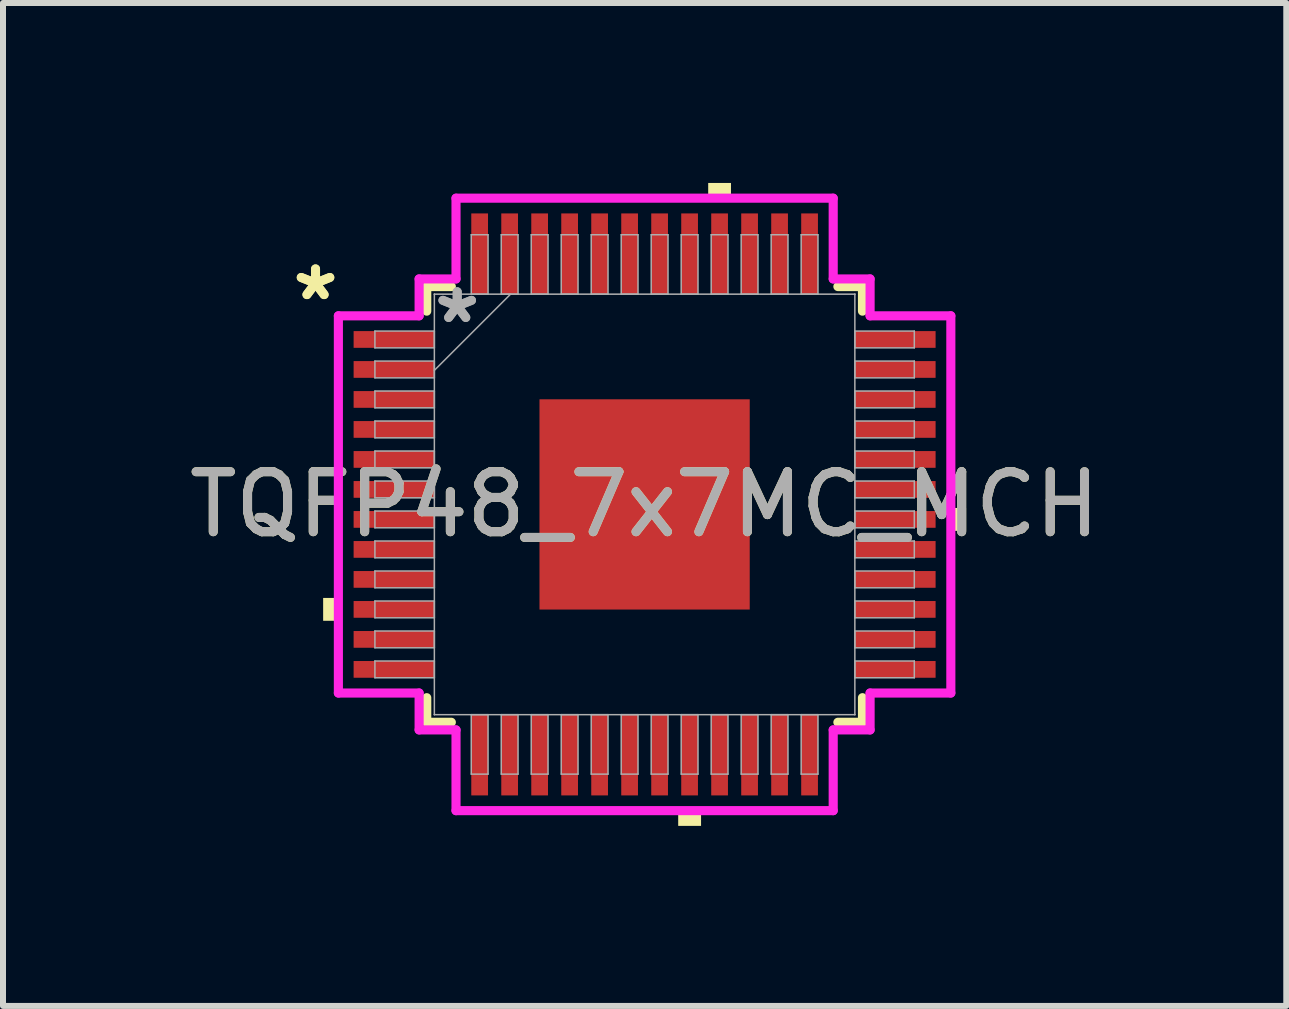
<source format=kicad_pcb>
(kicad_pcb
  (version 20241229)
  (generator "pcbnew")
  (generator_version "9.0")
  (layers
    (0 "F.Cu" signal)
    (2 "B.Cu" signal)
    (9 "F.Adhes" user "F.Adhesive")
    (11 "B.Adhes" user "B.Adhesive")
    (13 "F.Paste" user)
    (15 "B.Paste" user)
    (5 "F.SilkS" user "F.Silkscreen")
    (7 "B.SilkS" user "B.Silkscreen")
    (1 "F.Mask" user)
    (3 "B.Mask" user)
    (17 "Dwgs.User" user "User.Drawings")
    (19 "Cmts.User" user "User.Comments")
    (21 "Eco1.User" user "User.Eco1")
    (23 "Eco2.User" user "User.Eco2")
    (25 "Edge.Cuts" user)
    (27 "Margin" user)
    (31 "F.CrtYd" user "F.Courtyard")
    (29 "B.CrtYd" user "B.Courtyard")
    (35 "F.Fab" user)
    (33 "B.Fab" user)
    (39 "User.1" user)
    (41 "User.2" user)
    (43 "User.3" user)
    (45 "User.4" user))
  (footprint "TQFP48_7x7MC_MCH"
    (layer "F.Cu")
    (at 7.696 5.359)
    (property "Reference" "TQFP48_7x7MC_MCH" (at 0 0 0) (unlocked yes) (layer "F.SilkS") (effects (font (size 1 1) (thickness 0.15))))
    (attr smd)
    (fp_line (start -3.632 -3.632) (end -3.632 -3.222) (stroke (width 0.152) (type solid)) (layer "F.SilkS"))
    (fp_line (start -3.632 3.222) (end -3.632 3.632) (stroke (width 0.152) (type solid)) (layer "F.SilkS"))
    (fp_line (start -3.632 3.632) (end -3.222 3.632) (stroke (width 0.152) (type solid)) (layer "F.SilkS"))
    (fp_line (start -3.222 -3.632) (end -3.632 -3.632) (stroke (width 0.152) (type solid)) (layer "F.SilkS"))
    (fp_line (start 3.222 3.632) (end 3.632 3.632) (stroke (width 0.152) (type solid)) (layer "F.SilkS"))
    (fp_line (start 3.632 -3.632) (end 3.222 -3.632) (stroke (width 0.152) (type solid)) (layer "F.SilkS"))
    (fp_line (start 3.632 -3.222) (end 3.632 -3.632) (stroke (width 0.152) (type solid)) (layer "F.SilkS"))
    (fp_line (start 3.632 3.632) (end 3.632 3.222) (stroke (width 0.152) (type solid)) (layer "F.SilkS"))
    (fp_poly (pts (xy -5.359 1.559) (xy -5.359 1.94) (xy -5.105 1.94) (xy -5.105 1.559)) (stroke (width 0) (type solid)) (fill yes) (layer "F.SilkS"))
    (fp_poly (pts (xy 0.56 5.105) (xy 0.56 5.359) (xy 0.941 5.359) (xy 0.941 5.105)) (stroke (width 0) (type solid)) (fill yes) (layer "F.SilkS"))
    (fp_poly (pts (xy 1.06 -5.105) (xy 1.06 -5.359) (xy 1.44 -5.359) (xy 1.44 -5.105)) (stroke (width 0) (type solid)) (fill yes) (layer "F.SilkS"))
    (fp_poly (pts (xy 5.359 0.059) (xy 5.359 0.441) (xy 5.105 0.441) (xy 5.105 0.059)) (stroke (width 0) (type solid)) (fill yes) (layer "F.SilkS"))
    (fp_poly (pts (xy -1.653 -1.653) (xy -1.653 -0.1) (xy -0.1 -0.1) (xy -0.1 -1.653)) (stroke (width 0) (type solid)) (fill yes) (layer "F.Paste"))
    (fp_poly (pts (xy -1.653 0.1) (xy -1.653 1.653) (xy -0.1 1.653) (xy -0.1 0.1)) (stroke (width 0) (type solid)) (fill yes) (layer "F.Paste"))
    (fp_poly (pts (xy 0.1 -1.653) (xy 0.1 -0.1) (xy 1.653 -0.1) (xy 1.653 -1.653)) (stroke (width 0) (type solid)) (fill yes) (layer "F.Paste"))
    (fp_poly (pts (xy 0.1 0.1) (xy 0.1 1.653) (xy 1.653 1.653) (xy 1.653 0.1)) (stroke (width 0) (type solid)) (fill yes) (layer "F.Paste"))
    (fp_line (start -5.105 -3.144) (end -3.759 -3.144) (stroke (width 0.152) (type solid)) (layer "F.CrtYd"))
    (fp_line (start -5.105 3.144) (end -5.105 -3.144) (stroke (width 0.152) (type solid)) (layer "F.CrtYd"))
    (fp_line (start -3.759 -3.759) (end -3.144 -3.759) (stroke (width 0.152) (type solid)) (layer "F.CrtYd"))
    (fp_line (start -3.759 -3.144) (end -3.759 -3.759) (stroke (width 0.152) (type solid)) (layer "F.CrtYd"))
    (fp_line (start -3.759 3.144) (end -5.105 3.144) (stroke (width 0.152) (type solid)) (layer "F.CrtYd"))
    (fp_line (start -3.759 3.759) (end -3.759 3.144) (stroke (width 0.152) (type solid)) (layer "F.CrtYd"))
    (fp_line (start -3.759 3.759) (end -3.144 3.759) (stroke (width 0.152) (type solid)) (layer "F.CrtYd"))
    (fp_line (start -3.144 -5.105) (end 3.144 -5.105) (stroke (width 0.152) (type solid)) (layer "F.CrtYd"))
    (fp_line (start -3.144 -3.759) (end -3.144 -5.105) (stroke (width 0.152) (type solid)) (layer "F.CrtYd"))
    (fp_line (start -3.144 3.759) (end -3.144 5.105) (stroke (width 0.152) (type solid)) (layer "F.CrtYd"))
    (fp_line (start -3.144 5.105) (end 3.144 5.105) (stroke (width 0.152) (type solid)) (layer "F.CrtYd"))
    (fp_line (start 3.144 -5.105) (end 3.144 -3.759) (stroke (width 0.152) (type solid)) (layer "F.CrtYd"))
    (fp_line (start 3.144 -3.759) (end 3.759 -3.759) (stroke (width 0.152) (type solid)) (layer "F.CrtYd"))
    (fp_line (start 3.144 3.759) (end 3.759 3.759) (stroke (width 0.152) (type solid)) (layer "F.CrtYd"))
    (fp_line (start 3.144 5.105) (end 3.144 3.759) (stroke (width 0.152) (type solid)) (layer "F.CrtYd"))
    (fp_line (start 3.759 -3.144) (end 3.759 -3.759) (stroke (width 0.152) (type solid)) (layer "F.CrtYd"))
    (fp_line (start 3.759 3.144) (end 5.105 3.144) (stroke (width 0.152) (type solid)) (layer "F.CrtYd"))
    (fp_line (start 3.759 3.759) (end 3.759 3.144) (stroke (width 0.152) (type solid)) (layer "F.CrtYd"))
    (fp_line (start 5.105 -3.144) (end 3.759 -3.144) (stroke (width 0.152) (type solid)) (layer "F.CrtYd"))
    (fp_line (start 5.105 3.144) (end 5.105 -3.144) (stroke (width 0.152) (type solid)) (layer "F.CrtYd"))
    (fp_line (start -4.496 -2.89) (end -4.496 -2.61) (stroke (width 0.025) (type solid)) (layer "F.Fab"))
    (fp_line (start -4.496 -2.61) (end -3.505 -2.61) (stroke (width 0.025) (type solid)) (layer "F.Fab"))
    (fp_line (start -4.496 -2.39) (end -4.496 -2.11) (stroke (width 0.025) (type solid)) (layer "F.Fab"))
    (fp_line (start -4.496 -2.11) (end -3.505 -2.11) (stroke (width 0.025) (type solid)) (layer "F.Fab"))
    (fp_line (start -4.496 -1.89) (end -4.496 -1.61) (stroke (width 0.025) (type solid)) (layer "F.Fab"))
    (fp_line (start -4.496 -1.61) (end -3.505 -1.61) (stroke (width 0.025) (type solid)) (layer "F.Fab"))
    (fp_line (start -4.496 -1.39) (end -4.496 -1.11) (stroke (width 0.025) (type solid)) (layer "F.Fab"))
    (fp_line (start -4.496 -1.11) (end -3.505 -1.11) (stroke (width 0.025) (type solid)) (layer "F.Fab"))
    (fp_line (start -4.496 -0.89) (end -4.496 -0.61) (stroke (width 0.025) (type solid)) (layer "F.Fab"))
    (fp_line (start -4.496 -0.61) (end -3.505 -0.61) (stroke (width 0.025) (type solid)) (layer "F.Fab"))
    (fp_line (start -4.496 -0.39) (end -4.496 -0.11) (stroke (width 0.025) (type solid)) (layer "F.Fab"))
    (fp_line (start -4.496 -0.11) (end -3.505 -0.11) (stroke (width 0.025) (type solid)) (layer "F.Fab"))
    (fp_line (start -4.496 0.11) (end -4.496 0.39) (stroke (width 0.025) (type solid)) (layer "F.Fab"))
    (fp_line (start -4.496 0.39) (end -3.505 0.39) (stroke (width 0.025) (type solid)) (layer "F.Fab"))
    (fp_line (start -4.496 0.61) (end -4.496 0.89) (stroke (width 0.025) (type solid)) (layer "F.Fab"))
    (fp_line (start -4.496 0.89) (end -3.505 0.89) (stroke (width 0.025) (type solid)) (layer "F.Fab"))
    (fp_line (start -4.496 1.11) (end -4.496 1.39) (stroke (width 0.025) (type solid)) (layer "F.Fab"))
    (fp_line (start -4.496 1.39) (end -3.505 1.39) (stroke (width 0.025) (type solid)) (layer "F.Fab"))
    (fp_line (start -4.496 1.61) (end -4.496 1.89) (stroke (width 0.025) (type solid)) (layer "F.Fab"))
    (fp_line (start -4.496 1.89) (end -3.505 1.89) (stroke (width 0.025) (type solid)) (layer "F.Fab"))
    (fp_line (start -4.496 2.11) (end -4.496 2.39) (stroke (width 0.025) (type solid)) (layer "F.Fab"))
    (fp_line (start -4.496 2.39) (end -3.505 2.39) (stroke (width 0.025) (type solid)) (layer "F.Fab"))
    (fp_line (start -4.496 2.61) (end -4.496 2.89) (stroke (width 0.025) (type solid)) (layer "F.Fab"))
    (fp_line (start -4.496 2.89) (end -3.505 2.89) (stroke (width 0.025) (type solid)) (layer "F.Fab"))
    (fp_line (start -3.505 -3.505) (end -3.505 -3.505) (stroke (width 0.025) (type solid)) (layer "F.Fab"))
    (fp_line (start -3.505 -3.505) (end -3.505 3.505) (stroke (width 0.025) (type solid)) (layer "F.Fab"))
    (fp_line (start -3.505 -2.89) (end -4.496 -2.89) (stroke (width 0.025) (type solid)) (layer "F.Fab"))
    (fp_line (start -3.505 -2.61) (end -3.505 -2.89) (stroke (width 0.025) (type solid)) (layer "F.Fab"))
    (fp_line (start -3.505 -2.39) (end -4.496 -2.39) (stroke (width 0.025) (type solid)) (layer "F.Fab"))
    (fp_line (start -3.505 -2.235) (end -2.235 -3.505) (stroke (width 0.025) (type solid)) (layer "F.Fab"))
    (fp_line (start -3.505 -2.11) (end -3.505 -2.39) (stroke (width 0.025) (type solid)) (layer "F.Fab"))
    (fp_line (start -3.505 -1.89) (end -4.496 -1.89) (stroke (width 0.025) (type solid)) (layer "F.Fab"))
    (fp_line (start -3.505 -1.61) (end -3.505 -1.89) (stroke (width 0.025) (type solid)) (layer "F.Fab"))
    (fp_line (start -3.505 -1.39) (end -4.496 -1.39) (stroke (width 0.025) (type solid)) (layer "F.Fab"))
    (fp_line (start -3.505 -1.11) (end -3.505 -1.39) (stroke (width 0.025) (type solid)) (layer "F.Fab"))
    (fp_line (start -3.505 -0.89) (end -4.496 -0.89) (stroke (width 0.025) (type solid)) (layer "F.Fab"))
    (fp_line (start -3.505 -0.61) (end -3.505 -0.89) (stroke (width 0.025) (type solid)) (layer "F.Fab"))
    (fp_line (start -3.505 -0.39) (end -4.496 -0.39) (stroke (width 0.025) (type solid)) (layer "F.Fab"))
    (fp_line (start -3.505 -0.11) (end -3.505 -0.39) (stroke (width 0.025) (type solid)) (layer "F.Fab"))
    (fp_line (start -3.505 0.11) (end -4.496 0.11) (stroke (width 0.025) (type solid)) (layer "F.Fab"))
    (fp_line (start -3.505 0.39) (end -3.505 0.11) (stroke (width 0.025) (type solid)) (layer "F.Fab"))
    (fp_line (start -3.505 0.61) (end -4.496 0.61) (stroke (width 0.025) (type solid)) (layer "F.Fab"))
    (fp_line (start -3.505 0.89) (end -3.505 0.61) (stroke (width 0.025) (type solid)) (layer "F.Fab"))
    (fp_line (start -3.505 1.11) (end -4.496 1.11) (stroke (width 0.025) (type solid)) (layer "F.Fab"))
    (fp_line (start -3.505 1.39) (end -3.505 1.11) (stroke (width 0.025) (type solid)) (layer "F.Fab"))
    (fp_line (start -3.505 1.61) (end -4.496 1.61) (stroke (width 0.025) (type solid)) (layer "F.Fab"))
    (fp_line (start -3.505 1.89) (end -3.505 1.61) (stroke (width 0.025) (type solid)) (layer "F.Fab"))
    (fp_line (start -3.505 2.11) (end -4.496 2.11) (stroke (width 0.025) (type solid)) (layer "F.Fab"))
    (fp_line (start -3.505 2.39) (end -3.505 2.11) (stroke (width 0.025) (type solid)) (layer "F.Fab"))
    (fp_line (start -3.505 2.61) (end -4.496 2.61) (stroke (width 0.025) (type solid)) (layer "F.Fab"))
    (fp_line (start -3.505 2.89) (end -3.505 2.61) (stroke (width 0.025) (type solid)) (layer "F.Fab"))
    (fp_line (start -3.505 3.505) (end -3.505 3.505) (stroke (width 0.025) (type solid)) (layer "F.Fab"))
    (fp_line (start -3.505 3.505) (end 3.505 3.505) (stroke (width 0.025) (type solid)) (layer "F.Fab"))
    (fp_line (start -2.89 -4.496) (end -2.89 -3.505) (stroke (width 0.025) (type solid)) (layer "F.Fab"))
    (fp_line (start -2.89 -3.505) (end -2.61 -3.505) (stroke (width 0.025) (type solid)) (layer "F.Fab"))
    (fp_line (start -2.89 3.505) (end -2.89 4.496) (stroke (width 0.025) (type solid)) (layer "F.Fab"))
    (fp_line (start -2.89 4.496) (end -2.61 4.496) (stroke (width 0.025) (type solid)) (layer "F.Fab"))
    (fp_line (start -2.61 -4.496) (end -2.89 -4.496) (stroke (width 0.025) (type solid)) (layer "F.Fab"))
    (fp_line (start -2.61 -3.505) (end -2.61 -4.496) (stroke (width 0.025) (type solid)) (layer "F.Fab"))
    (fp_line (start -2.61 3.505) (end -2.89 3.505) (stroke (width 0.025) (type solid)) (layer "F.Fab"))
    (fp_line (start -2.61 4.496) (end -2.61 3.505) (stroke (width 0.025) (type solid)) (layer "F.Fab"))
    (fp_line (start -2.39 -4.496) (end -2.39 -3.505) (stroke (width 0.025) (type solid)) (layer "F.Fab"))
    (fp_line (start -2.39 -3.505) (end -2.11 -3.505) (stroke (width 0.025) (type solid)) (layer "F.Fab"))
    (fp_line (start -2.39 3.505) (end -2.39 4.496) (stroke (width 0.025) (type solid)) (layer "F.Fab"))
    (fp_line (start -2.39 4.496) (end -2.11 4.496) (stroke (width 0.025) (type solid)) (layer "F.Fab"))
    (fp_line (start -2.11 -4.496) (end -2.39 -4.496) (stroke (width 0.025) (type solid)) (layer "F.Fab"))
    (fp_line (start -2.11 -3.505) (end -2.11 -4.496) (stroke (width 0.025) (type solid)) (layer "F.Fab"))
    (fp_line (start -2.11 3.505) (end -2.39 3.505) (stroke (width 0.025) (type solid)) (layer "F.Fab"))
    (fp_line (start -2.11 4.496) (end -2.11 3.505) (stroke (width 0.025) (type solid)) (layer "F.Fab"))
    (fp_line (start -1.89 -4.496) (end -1.89 -3.505) (stroke (width 0.025) (type solid)) (layer "F.Fab"))
    (fp_line (start -1.89 -3.505) (end -1.61 -3.505) (stroke (width 0.025) (type solid)) (layer "F.Fab"))
    (fp_line (start -1.89 3.505) (end -1.89 4.496) (stroke (width 0.025) (type solid)) (layer "F.Fab"))
    (fp_line (start -1.89 4.496) (end -1.61 4.496) (stroke (width 0.025) (type solid)) (layer "F.Fab"))
    (fp_line (start -1.61 -4.496) (end -1.89 -4.496) (stroke (width 0.025) (type solid)) (layer "F.Fab"))
    (fp_line (start -1.61 -3.505) (end -1.61 -4.496) (stroke (width 0.025) (type solid)) (layer "F.Fab"))
    (fp_line (start -1.61 3.505) (end -1.89 3.505) (stroke (width 0.025) (type solid)) (layer "F.Fab"))
    (fp_line (start -1.61 4.496) (end -1.61 3.505) (stroke (width 0.025) (type solid)) (layer "F.Fab"))
    (fp_line (start -1.39 -4.496) (end -1.39 -3.505) (stroke (width 0.025) (type solid)) (layer "F.Fab"))
    (fp_line (start -1.39 -3.505) (end -1.11 -3.505) (stroke (width 0.025) (type solid)) (layer "F.Fab"))
    (fp_line (start -1.39 3.505) (end -1.39 4.496) (stroke (width 0.025) (type solid)) (layer "F.Fab"))
    (fp_line (start -1.39 4.496) (end -1.11 4.496) (stroke (width 0.025) (type solid)) (layer "F.Fab"))
    (fp_line (start -1.11 -4.496) (end -1.39 -4.496) (stroke (width 0.025) (type solid)) (layer "F.Fab"))
    (fp_line (start -1.11 -3.505) (end -1.11 -4.496) (stroke (width 0.025) (type solid)) (layer "F.Fab"))
    (fp_line (start -1.11 3.505) (end -1.39 3.505) (stroke (width 0.025) (type solid)) (layer "F.Fab"))
    (fp_line (start -1.11 4.496) (end -1.11 3.505) (stroke (width 0.025) (type solid)) (layer "F.Fab"))
    (fp_line (start -0.89 -4.496) (end -0.89 -3.505) (stroke (width 0.025) (type solid)) (layer "F.Fab"))
    (fp_line (start -0.89 -3.505) (end -0.61 -3.505) (stroke (width 0.025) (type solid)) (layer "F.Fab"))
    (fp_line (start -0.89 3.505) (end -0.89 4.496) (stroke (width 0.025) (type solid)) (layer "F.Fab"))
    (fp_line (start -0.89 4.496) (end -0.61 4.496) (stroke (width 0.025) (type solid)) (layer "F.Fab"))
    (fp_line (start -0.61 -4.496) (end -0.89 -4.496) (stroke (width 0.025) (type solid)) (layer "F.Fab"))
    (fp_line (start -0.61 -3.505) (end -0.61 -4.496) (stroke (width 0.025) (type solid)) (layer "F.Fab"))
    (fp_line (start -0.61 3.505) (end -0.89 3.505) (stroke (width 0.025) (type solid)) (layer "F.Fab"))
    (fp_line (start -0.61 4.496) (end -0.61 3.505) (stroke (width 0.025) (type solid)) (layer "F.Fab"))
    (fp_line (start -0.39 -4.496) (end -0.39 -3.505) (stroke (width 0.025) (type solid)) (layer "F.Fab"))
    (fp_line (start -0.39 -3.505) (end -0.11 -3.505) (stroke (width 0.025) (type solid)) (layer "F.Fab"))
    (fp_line (start -0.39 3.505) (end -0.39 4.496) (stroke (width 0.025) (type solid)) (layer "F.Fab"))
    (fp_line (start -0.39 4.496) (end -0.11 4.496) (stroke (width 0.025) (type solid)) (layer "F.Fab"))
    (fp_line (start -0.11 -4.496) (end -0.39 -4.496) (stroke (width 0.025) (type solid)) (layer "F.Fab"))
    (fp_line (start -0.11 -3.505) (end -0.11 -4.496) (stroke (width 0.025) (type solid)) (layer "F.Fab"))
    (fp_line (start -0.11 3.505) (end -0.39 3.505) (stroke (width 0.025) (type solid)) (layer "F.Fab"))
    (fp_line (start -0.11 4.496) (end -0.11 3.505) (stroke (width 0.025) (type solid)) (layer "F.Fab"))
    (fp_line (start 0.11 -4.496) (end 0.11 -3.505) (stroke (width 0.025) (type solid)) (layer "F.Fab"))
    (fp_line (start 0.11 -3.505) (end 0.39 -3.505) (stroke (width 0.025) (type solid)) (layer "F.Fab"))
    (fp_line (start 0.11 3.505) (end 0.11 4.496) (stroke (width 0.025) (type solid)) (layer "F.Fab"))
    (fp_line (start 0.11 4.496) (end 0.39 4.496) (stroke (width 0.025) (type solid)) (layer "F.Fab"))
    (fp_line (start 0.39 -4.496) (end 0.11 -4.496) (stroke (width 0.025) (type solid)) (layer "F.Fab"))
    (fp_line (start 0.39 -3.505) (end 0.39 -4.496) (stroke (width 0.025) (type solid)) (layer "F.Fab"))
    (fp_line (start 0.39 3.505) (end 0.11 3.505) (stroke (width 0.025) (type solid)) (layer "F.Fab"))
    (fp_line (start 0.39 4.496) (end 0.39 3.505) (stroke (width 0.025) (type solid)) (layer "F.Fab"))
    (fp_line (start 0.61 -4.496) (end 0.61 -3.505) (stroke (width 0.025) (type solid)) (layer "F.Fab"))
    (fp_line (start 0.61 -3.505) (end 0.89 -3.505) (stroke (width 0.025) (type solid)) (layer "F.Fab"))
    (fp_line (start 0.61 3.505) (end 0.61 4.496) (stroke (width 0.025) (type solid)) (layer "F.Fab"))
    (fp_line (start 0.61 4.496) (end 0.89 4.496) (stroke (width 0.025) (type solid)) (layer "F.Fab"))
    (fp_line (start 0.89 -4.496) (end 0.61 -4.496) (stroke (width 0.025) (type solid)) (layer "F.Fab"))
    (fp_line (start 0.89 -3.505) (end 0.89 -4.496) (stroke (width 0.025) (type solid)) (layer "F.Fab"))
    (fp_line (start 0.89 3.505) (end 0.61 3.505) (stroke (width 0.025) (type solid)) (layer "F.Fab"))
    (fp_line (start 0.89 4.496) (end 0.89 3.505) (stroke (width 0.025) (type solid)) (layer "F.Fab"))
    (fp_line (start 1.11 -4.496) (end 1.11 -3.505) (stroke (width 0.025) (type solid)) (layer "F.Fab"))
    (fp_line (start 1.11 -3.505) (end 1.39 -3.505) (stroke (width 0.025) (type solid)) (layer "F.Fab"))
    (fp_line (start 1.11 3.505) (end 1.11 4.496) (stroke (width 0.025) (type solid)) (layer "F.Fab"))
    (fp_line (start 1.11 4.496) (end 1.39 4.496) (stroke (width 0.025) (type solid)) (layer "F.Fab"))
    (fp_line (start 1.39 -4.496) (end 1.11 -4.496) (stroke (width 0.025) (type solid)) (layer "F.Fab"))
    (fp_line (start 1.39 -3.505) (end 1.39 -4.496) (stroke (width 0.025) (type solid)) (layer "F.Fab"))
    (fp_line (start 1.39 3.505) (end 1.11 3.505) (stroke (width 0.025) (type solid)) (layer "F.Fab"))
    (fp_line (start 1.39 4.496) (end 1.39 3.505) (stroke (width 0.025) (type solid)) (layer "F.Fab"))
    (fp_line (start 1.61 -4.496) (end 1.61 -3.505) (stroke (width 0.025) (type solid)) (layer "F.Fab"))
    (fp_line (start 1.61 -3.505) (end 1.89 -3.505) (stroke (width 0.025) (type solid)) (layer "F.Fab"))
    (fp_line (start 1.61 3.505) (end 1.61 4.496) (stroke (width 0.025) (type solid)) (layer "F.Fab"))
    (fp_line (start 1.61 4.496) (end 1.89 4.496) (stroke (width 0.025) (type solid)) (layer "F.Fab"))
    (fp_line (start 1.89 -4.496) (end 1.61 -4.496) (stroke (width 0.025) (type solid)) (layer "F.Fab"))
    (fp_line (start 1.89 -3.505) (end 1.89 -4.496) (stroke (width 0.025) (type solid)) (layer "F.Fab"))
    (fp_line (start 1.89 3.505) (end 1.61 3.505) (stroke (width 0.025) (type solid)) (layer "F.Fab"))
    (fp_line (start 1.89 4.496) (end 1.89 3.505) (stroke (width 0.025) (type solid)) (layer "F.Fab"))
    (fp_line (start 2.11 -4.496) (end 2.11 -3.505) (stroke (width 0.025) (type solid)) (layer "F.Fab"))
    (fp_line (start 2.11 -3.505) (end 2.39 -3.505) (stroke (width 0.025) (type solid)) (layer "F.Fab"))
    (fp_line (start 2.11 3.505) (end 2.11 4.496) (stroke (width 0.025) (type solid)) (layer "F.Fab"))
    (fp_line (start 2.11 4.496) (end 2.39 4.496) (stroke (width 0.025) (type solid)) (layer "F.Fab"))
    (fp_line (start 2.39 -4.496) (end 2.11 -4.496) (stroke (width 0.025) (type solid)) (layer "F.Fab"))
    (fp_line (start 2.39 -3.505) (end 2.39 -4.496) (stroke (width 0.025) (type solid)) (layer "F.Fab"))
    (fp_line (start 2.39 3.505) (end 2.11 3.505) (stroke (width 0.025) (type solid)) (layer "F.Fab"))
    (fp_line (start 2.39 4.496) (end 2.39 3.505) (stroke (width 0.025) (type solid)) (layer "F.Fab"))
    (fp_line (start 2.61 -4.496) (end 2.61 -3.505) (stroke (width 0.025) (type solid)) (layer "F.Fab"))
    (fp_line (start 2.61 -3.505) (end 2.89 -3.505) (stroke (width 0.025) (type solid)) (layer "F.Fab"))
    (fp_line (start 2.61 3.505) (end 2.61 4.496) (stroke (width 0.025) (type solid)) (layer "F.Fab"))
    (fp_line (start 2.61 4.496) (end 2.89 4.496) (stroke (width 0.025) (type solid)) (layer "F.Fab"))
    (fp_line (start 2.89 -4.496) (end 2.61 -4.496) (stroke (width 0.025) (type solid)) (layer "F.Fab"))
    (fp_line (start 2.89 -3.505) (end 2.89 -4.496) (stroke (width 0.025) (type solid)) (layer "F.Fab"))
    (fp_line (start 2.89 3.505) (end 2.61 3.505) (stroke (width 0.025) (type solid)) (layer "F.Fab"))
    (fp_line (start 2.89 4.496) (end 2.89 3.505) (stroke (width 0.025) (type solid)) (layer "F.Fab"))
    (fp_line (start 3.505 -3.505) (end -3.505 -3.505) (stroke (width 0.025) (type solid)) (layer "F.Fab"))
    (fp_line (start 3.505 -3.505) (end 3.505 -3.505) (stroke (width 0.025) (type solid)) (layer "F.Fab"))
    (fp_line (start 3.505 -2.89) (end 3.505 -2.61) (stroke (width 0.025) (type solid)) (layer "F.Fab"))
    (fp_line (start 3.505 -2.61) (end 4.496 -2.61) (stroke (width 0.025) (type solid)) (layer "F.Fab"))
    (fp_line (start 3.505 -2.39) (end 3.505 -2.11) (stroke (width 0.025) (type solid)) (layer "F.Fab"))
    (fp_line (start 3.505 -2.11) (end 4.496 -2.11) (stroke (width 0.025) (type solid)) (layer "F.Fab"))
    (fp_line (start 3.505 -1.89) (end 3.505 -1.61) (stroke (width 0.025) (type solid)) (layer "F.Fab"))
    (fp_line (start 3.505 -1.61) (end 4.496 -1.61) (stroke (width 0.025) (type solid)) (layer "F.Fab"))
    (fp_line (start 3.505 -1.39) (end 3.505 -1.11) (stroke (width 0.025) (type solid)) (layer "F.Fab"))
    (fp_line (start 3.505 -1.11) (end 4.496 -1.11) (stroke (width 0.025) (type solid)) (layer "F.Fab"))
    (fp_line (start 3.505 -0.89) (end 3.505 -0.61) (stroke (width 0.025) (type solid)) (layer "F.Fab"))
    (fp_line (start 3.505 -0.61) (end 4.496 -0.61) (stroke (width 0.025) (type solid)) (layer "F.Fab"))
    (fp_line (start 3.505 -0.39) (end 3.505 -0.11) (stroke (width 0.025) (type solid)) (layer "F.Fab"))
    (fp_line (start 3.505 -0.11) (end 4.496 -0.11) (stroke (width 0.025) (type solid)) (layer "F.Fab"))
    (fp_line (start 3.505 0.11) (end 3.505 0.39) (stroke (width 0.025) (type solid)) (layer "F.Fab"))
    (fp_line (start 3.505 0.39) (end 4.496 0.39) (stroke (width 0.025) (type solid)) (layer "F.Fab"))
    (fp_line (start 3.505 0.61) (end 3.505 0.89) (stroke (width 0.025) (type solid)) (layer "F.Fab"))
    (fp_line (start 3.505 0.89) (end 4.496 0.89) (stroke (width 0.025) (type solid)) (layer "F.Fab"))
    (fp_line (start 3.505 1.11) (end 3.505 1.39) (stroke (width 0.025) (type solid)) (layer "F.Fab"))
    (fp_line (start 3.505 1.39) (end 4.496 1.39) (stroke (width 0.025) (type solid)) (layer "F.Fab"))
    (fp_line (start 3.505 1.61) (end 3.505 1.89) (stroke (width 0.025) (type solid)) (layer "F.Fab"))
    (fp_line (start 3.505 1.89) (end 4.496 1.89) (stroke (width 0.025) (type solid)) (layer "F.Fab"))
    (fp_line (start 3.505 2.11) (end 3.505 2.39) (stroke (width 0.025) (type solid)) (layer "F.Fab"))
    (fp_line (start 3.505 2.39) (end 4.496 2.39) (stroke (width 0.025) (type solid)) (layer "F.Fab"))
    (fp_line (start 3.505 2.61) (end 3.505 2.89) (stroke (width 0.025) (type solid)) (layer "F.Fab"))
    (fp_line (start 3.505 2.89) (end 4.496 2.89) (stroke (width 0.025) (type solid)) (layer "F.Fab"))
    (fp_line (start 3.505 3.505) (end 3.505 -3.505) (stroke (width 0.025) (type solid)) (layer "F.Fab"))
    (fp_line (start 3.505 3.505) (end 3.505 3.505) (stroke (width 0.025) (type solid)) (layer "F.Fab"))
    (fp_line (start 4.496 -2.89) (end 3.505 -2.89) (stroke (width 0.025) (type solid)) (layer "F.Fab"))
    (fp_line (start 4.496 -2.61) (end 4.496 -2.89) (stroke (width 0.025) (type solid)) (layer "F.Fab"))
    (fp_line (start 4.496 -2.39) (end 3.505 -2.39) (stroke (width 0.025) (type solid)) (layer "F.Fab"))
    (fp_line (start 4.496 -2.11) (end 4.496 -2.39) (stroke (width 0.025) (type solid)) (layer "F.Fab"))
    (fp_line (start 4.496 -1.89) (end 3.505 -1.89) (stroke (width 0.025) (type solid)) (layer "F.Fab"))
    (fp_line (start 4.496 -1.61) (end 4.496 -1.89) (stroke (width 0.025) (type solid)) (layer "F.Fab"))
    (fp_line (start 4.496 -1.39) (end 3.505 -1.39) (stroke (width 0.025) (type solid)) (layer "F.Fab"))
    (fp_line (start 4.496 -1.11) (end 4.496 -1.39) (stroke (width 0.025) (type solid)) (layer "F.Fab"))
    (fp_line (start 4.496 -0.89) (end 3.505 -0.89) (stroke (width 0.025) (type solid)) (layer "F.Fab"))
    (fp_line (start 4.496 -0.61) (end 4.496 -0.89) (stroke (width 0.025) (type solid)) (layer "F.Fab"))
    (fp_line (start 4.496 -0.39) (end 3.505 -0.39) (stroke (width 0.025) (type solid)) (layer "F.Fab"))
    (fp_line (start 4.496 -0.11) (end 4.496 -0.39) (stroke (width 0.025) (type solid)) (layer "F.Fab"))
    (fp_line (start 4.496 0.11) (end 3.505 0.11) (stroke (width 0.025) (type solid)) (layer "F.Fab"))
    (fp_line (start 4.496 0.39) (end 4.496 0.11) (stroke (width 0.025) (type solid)) (layer "F.Fab"))
    (fp_line (start 4.496 0.61) (end 3.505 0.61) (stroke (width 0.025) (type solid)) (layer "F.Fab"))
    (fp_line (start 4.496 0.89) (end 4.496 0.61) (stroke (width 0.025) (type solid)) (layer "F.Fab"))
    (fp_line (start 4.496 1.11) (end 3.505 1.11) (stroke (width 0.025) (type solid)) (layer "F.Fab"))
    (fp_line (start 4.496 1.39) (end 4.496 1.11) (stroke (width 0.025) (type solid)) (layer "F.Fab"))
    (fp_line (start 4.496 1.61) (end 3.505 1.61) (stroke (width 0.025) (type solid)) (layer "F.Fab"))
    (fp_line (start 4.496 1.89) (end 4.496 1.61) (stroke (width 0.025) (type solid)) (layer "F.Fab"))
    (fp_line (start 4.496 2.11) (end 3.505 2.11) (stroke (width 0.025) (type solid)) (layer "F.Fab"))
    (fp_line (start 4.496 2.39) (end 4.496 2.11) (stroke (width 0.025) (type solid)) (layer "F.Fab"))
    (fp_line (start 4.496 2.61) (end 3.505 2.61) (stroke (width 0.025) (type solid)) (layer "F.Fab"))
    (fp_line (start 4.496 2.89) (end 4.496 2.61) (stroke (width 0.025) (type solid)) (layer "F.Fab"))
    (fp_text user "*" (at -5.486 -3.381 0) (layer "F.SilkS") (effects (font (size 1 1) (thickness 0.15))))
    (fp_text user "*" (at -5.486 -3.381 0) (unlocked yes) (layer "F.SilkS") (effects (font (size 1 1) (thickness 0.15))))
    (fp_text user "*" (at -3.124 -3 0) (unlocked yes) (layer "F.Fab") (effects (font (size 1 1) (thickness 0.15))))
    (fp_text user "${REFERENCE}" (at 0 0 0) (unlocked yes) (layer "F.Fab") (effects (font (size 1 1) (thickness 0.15))))
    (fp_text user "*" (at -3.124 -3 0) (layer "F.Fab") (effects (font (size 1 1) (thickness 0.15))))
    (pad "1" smd rect (at -4.178 -2.75 90) (size 0.279 1.346) (layers "F.Cu" "F.Mask" "F.Paste"))
    (pad "2" smd rect (at -4.178 -2.25 90) (size 0.279 1.346) (layers "F.Cu" "F.Mask" "F.Paste"))
    (pad "3" smd rect (at -4.178 -1.75 90) (size 0.279 1.346) (layers "F.Cu" "F.Mask" "F.Paste"))
    (pad "4" smd rect (at -4.178 -1.25 90) (size 0.279 1.346) (layers "F.Cu" "F.Mask" "F.Paste"))
    (pad "5" smd rect (at -4.178 -0.75 90) (size 0.279 1.346) (layers "F.Cu" "F.Mask" "F.Paste"))
    (pad "6" smd rect (at -4.178 -0.25 90) (size 0.279 1.346) (layers "F.Cu" "F.Mask" "F.Paste"))
    (pad "7" smd rect (at -4.178 0.25 90) (size 0.279 1.346) (layers "F.Cu" "F.Mask" "F.Paste"))
    (pad "8" smd rect (at -4.178 0.75 90) (size 0.279 1.346) (layers "F.Cu" "F.Mask" "F.Paste"))
    (pad "9" smd rect (at -4.178 1.25 90) (size 0.279 1.346) (layers "F.Cu" "F.Mask" "F.Paste"))
    (pad "10" smd rect (at -4.178 1.75 90) (size 0.279 1.346) (layers "F.Cu" "F.Mask" "F.Paste"))
    (pad "11" smd rect (at -4.178 2.25 90) (size 0.279 1.346) (layers "F.Cu" "F.Mask" "F.Paste"))
    (pad "12" smd rect (at -4.178 2.75 90) (size 0.279 1.346) (layers "F.Cu" "F.Mask" "F.Paste"))
    (pad "13" smd rect (at -2.75 4.178) (size 0.279 1.346) (layers "F.Cu" "F.Mask" "F.Paste"))
    (pad "14" smd rect (at -2.25 4.178) (size 0.279 1.346) (layers "F.Cu" "F.Mask" "F.Paste"))
    (pad "15" smd rect (at -1.75 4.178) (size 0.279 1.346) (layers "F.Cu" "F.Mask" "F.Paste"))
    (pad "16" smd rect (at -1.25 4.178) (size 0.279 1.346) (layers "F.Cu" "F.Mask" "F.Paste"))
    (pad "17" smd rect (at -0.75 4.178) (size 0.279 1.346) (layers "F.Cu" "F.Mask" "F.Paste"))
    (pad "18" smd rect (at -0.25 4.178) (size 0.279 1.346) (layers "F.Cu" "F.Mask" "F.Paste"))
    (pad "19" smd rect (at 0.25 4.178) (size 0.279 1.346) (layers "F.Cu" "F.Mask" "F.Paste"))
    (pad "20" smd rect (at 0.75 4.178) (size 0.279 1.346) (layers "F.Cu" "F.Mask" "F.Paste"))
    (pad "21" smd rect (at 1.25 4.178) (size 0.279 1.346) (layers "F.Cu" "F.Mask" "F.Paste"))
    (pad "22" smd rect (at 1.75 4.178) (size 0.279 1.346) (layers "F.Cu" "F.Mask" "F.Paste"))
    (pad "23" smd rect (at 2.25 4.178) (size 0.279 1.346) (layers "F.Cu" "F.Mask" "F.Paste"))
    (pad "24" smd rect (at 2.75 4.178) (size 0.279 1.346) (layers "F.Cu" "F.Mask" "F.Paste"))
    (pad "25" smd rect (at 4.178 2.75 90) (size 0.279 1.346) (layers "F.Cu" "F.Mask" "F.Paste"))
    (pad "26" smd rect (at 4.178 2.25 90) (size 0.279 1.346) (layers "F.Cu" "F.Mask" "F.Paste"))
    (pad "27" smd rect (at 4.178 1.75 90) (size 0.279 1.346) (layers "F.Cu" "F.Mask" "F.Paste"))
    (pad "28" smd rect (at 4.178 1.25 90) (size 0.279 1.346) (layers "F.Cu" "F.Mask" "F.Paste"))
    (pad "29" smd rect (at 4.178 0.75 90) (size 0.279 1.346) (layers "F.Cu" "F.Mask" "F.Paste"))
    (pad "30" smd rect (at 4.178 0.25 90) (size 0.279 1.346) (layers "F.Cu" "F.Mask" "F.Paste"))
    (pad "31" smd rect (at 4.178 -0.25 90) (size 0.279 1.346) (layers "F.Cu" "F.Mask" "F.Paste"))
    (pad "32" smd rect (at 4.178 -0.75 90) (size 0.279 1.346) (layers "F.Cu" "F.Mask" "F.Paste"))
    (pad "33" smd rect (at 4.178 -1.25 90) (size 0.279 1.346) (layers "F.Cu" "F.Mask" "F.Paste"))
    (pad "34" smd rect (at 4.178 -1.75 90) (size 0.279 1.346) (layers "F.Cu" "F.Mask" "F.Paste"))
    (pad "35" smd rect (at 4.178 -2.25 90) (size 0.279 1.346) (layers "F.Cu" "F.Mask" "F.Paste"))
    (pad "36" smd rect (at 4.178 -2.75 90) (size 0.279 1.346) (layers "F.Cu" "F.Mask" "F.Paste"))
    (pad "37" smd rect (at 2.75 -4.178) (size 0.279 1.346) (layers "F.Cu" "F.Mask" "F.Paste"))
    (pad "38" smd rect (at 2.25 -4.178) (size 0.279 1.346) (layers "F.Cu" "F.Mask" "F.Paste"))
    (pad "39" smd rect (at 1.75 -4.178) (size 0.279 1.346) (layers "F.Cu" "F.Mask" "F.Paste"))
    (pad "40" smd rect (at 1.25 -4.178) (size 0.279 1.346) (layers "F.Cu" "F.Mask" "F.Paste"))
    (pad "41" smd rect (at 0.75 -4.178) (size 0.279 1.346) (layers "F.Cu" "F.Mask" "F.Paste"))
    (pad "42" smd rect (at 0.25 -4.178) (size 0.279 1.346) (layers "F.Cu" "F.Mask" "F.Paste"))
    (pad "43" smd rect (at -0.25 -4.178) (size 0.279 1.346) (layers "F.Cu" "F.Mask" "F.Paste"))
    (pad "44" smd rect (at -0.75 -4.178) (size 0.279 1.346) (layers "F.Cu" "F.Mask" "F.Paste"))
    (pad "45" smd rect (at -1.25 -4.178) (size 0.279 1.346) (layers "F.Cu" "F.Mask" "F.Paste"))
    (pad "46" smd rect (at -1.75 -4.178) (size 0.279 1.346) (layers "F.Cu" "F.Mask" "F.Paste"))
    (pad "47" smd rect (at -2.25 -4.178) (size 0.279 1.346) (layers "F.Cu" "F.Mask" "F.Paste"))
    (pad "48" smd rect (at -2.75 -4.178) (size 0.279 1.346) (layers "F.Cu" "F.Mask" "F.Paste"))
    (pad "EPAD" smd rect (at 0 0) (size 3.505 3.505) (layers "F.Cu" "F.Mask")))
  (gr_rect
    (start -3 -3)
    (end 18.393 13.719)
    (stroke (width 0.1) (type default))
    (fill no)
    (layer "Edge.Cuts")))
</source>
